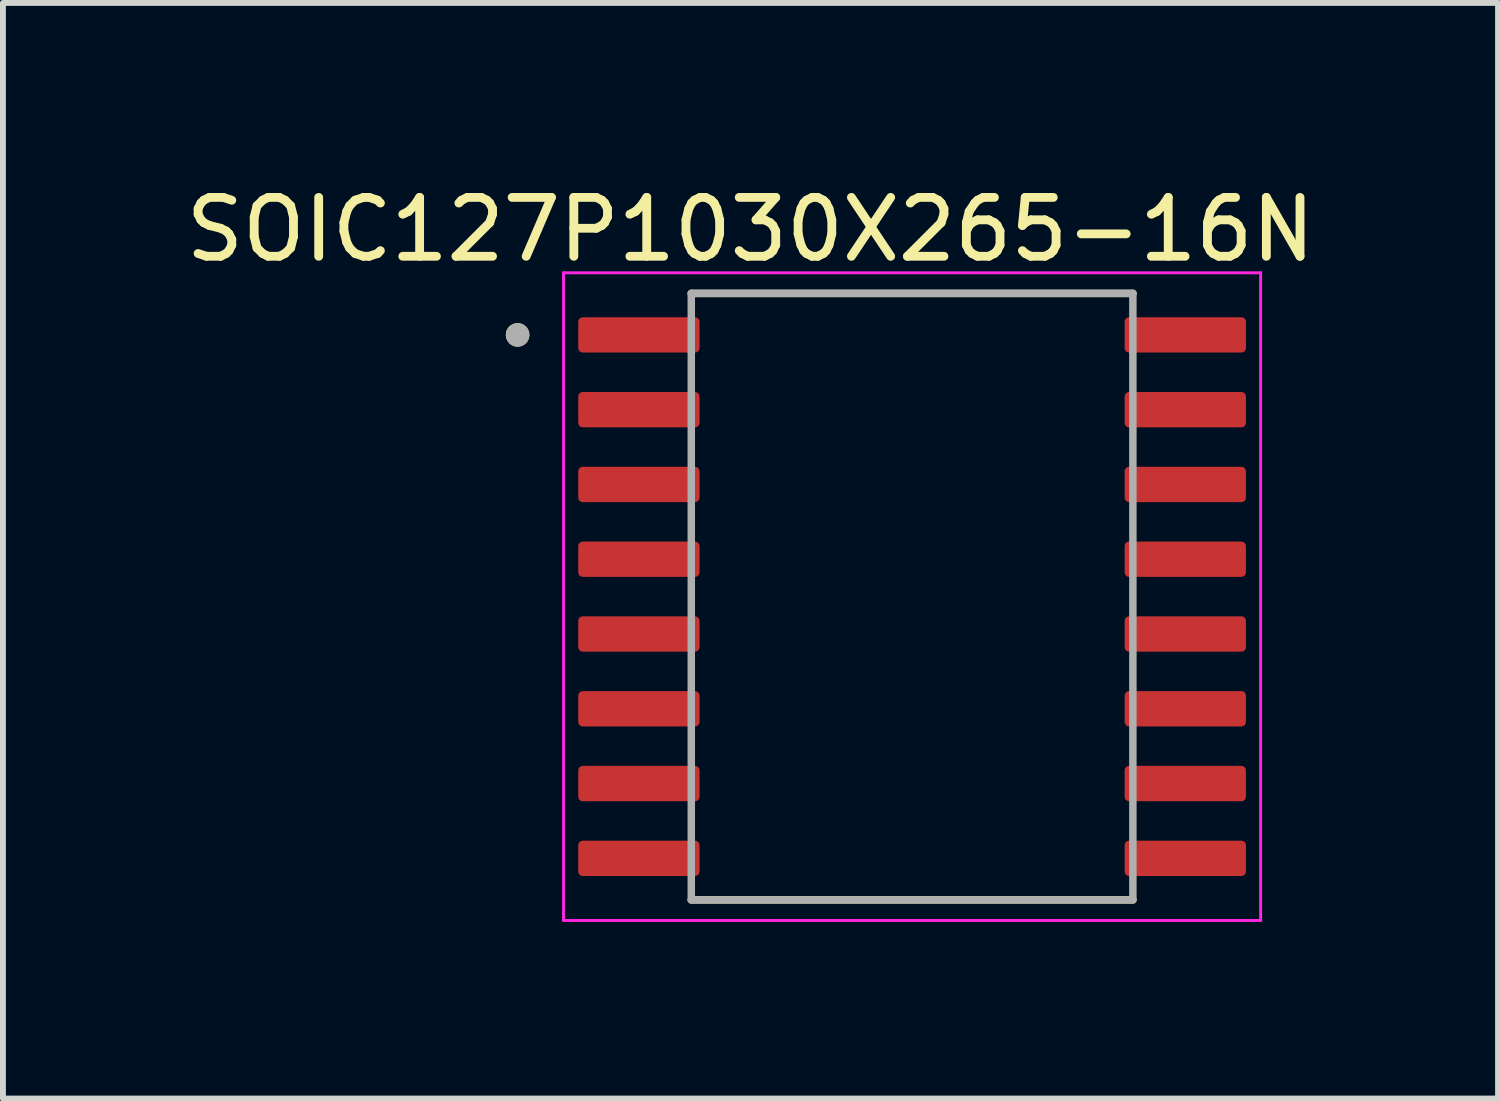
<source format=kicad_pcb>
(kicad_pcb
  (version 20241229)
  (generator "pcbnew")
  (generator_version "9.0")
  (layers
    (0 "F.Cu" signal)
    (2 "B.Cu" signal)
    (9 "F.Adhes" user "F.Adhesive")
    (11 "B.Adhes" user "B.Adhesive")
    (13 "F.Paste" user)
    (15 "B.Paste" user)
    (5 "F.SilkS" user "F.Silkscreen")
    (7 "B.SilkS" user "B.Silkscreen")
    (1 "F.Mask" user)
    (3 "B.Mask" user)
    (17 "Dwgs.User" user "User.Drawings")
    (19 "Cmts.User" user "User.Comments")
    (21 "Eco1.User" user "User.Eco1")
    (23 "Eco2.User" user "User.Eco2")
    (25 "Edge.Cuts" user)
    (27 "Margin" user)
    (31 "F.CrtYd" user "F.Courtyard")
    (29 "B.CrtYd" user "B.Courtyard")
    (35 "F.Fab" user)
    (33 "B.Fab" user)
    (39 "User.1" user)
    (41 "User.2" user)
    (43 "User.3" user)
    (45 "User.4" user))
  (footprint "SOIC127P1030X265-16N"
    (layer "F.Cu")
    (at 12.441 7.083)
    (property "Reference" "SOIC127P1030X265-16N" (at -2.745 -6.235 0) (layer "F.SilkS") (effects (font (size 1 1) (thickness 0.15))))
    (attr smd)
    (fp_line (start -3.75 -5.15) (end 3.75 -5.15) (stroke (width 0.127) (type solid)) (layer "F.SilkS"))
    (fp_line (start -3.75 5.15) (end 3.75 5.15) (stroke (width 0.127) (type solid)) (layer "F.SilkS"))
    (fp_circle (center -6.7 -4.445) (end -6.6 -4.445) (stroke (width 0.2) (type solid)) (fill no) (layer "F.SilkS"))
    (fp_line (start -5.92 -5.5) (end -5.92 5.5) (stroke (width 0.05) (type solid)) (layer "F.CrtYd"))
    (fp_line (start -5.92 -5.5) (end 5.92 -5.5) (stroke (width 0.05) (type solid)) (layer "F.CrtYd"))
    (fp_line (start -5.92 5.5) (end 5.92 5.5) (stroke (width 0.05) (type solid)) (layer "F.CrtYd"))
    (fp_line (start 5.92 -5.5) (end 5.92 5.5) (stroke (width 0.05) (type solid)) (layer "F.CrtYd"))
    (fp_line (start -3.75 -5.15) (end -3.75 5.15) (stroke (width 0.127) (type solid)) (layer "F.Fab"))
    (fp_line (start -3.75 -5.15) (end 3.75 -5.15) (stroke (width 0.127) (type solid)) (layer "F.Fab"))
    (fp_line (start -3.75 5.15) (end 3.75 5.15) (stroke (width 0.127) (type solid)) (layer "F.Fab"))
    (fp_line (start 3.75 -5.15) (end 3.75 5.15) (stroke (width 0.127) (type solid)) (layer "F.Fab"))
    (fp_circle (center -6.7 -4.445) (end -6.6 -4.445) (stroke (width 0.2) (type solid)) (fill no) (layer "F.Fab"))
    (pad "1" smd roundrect (at -4.64 -4.445) (size 2.06 0.6) (layers "F.Cu" "F.Mask" "F.Paste") (roundrect_rratio 0.125))
    (pad "2" smd roundrect (at -4.64 -3.175) (size 2.06 0.6) (layers "F.Cu" "F.Mask" "F.Paste") (roundrect_rratio 0.125))
    (pad "3" smd roundrect (at -4.64 -1.905) (size 2.06 0.6) (layers "F.Cu" "F.Mask" "F.Paste") (roundrect_rratio 0.125))
    (pad "4" smd roundrect (at -4.64 -0.635) (size 2.06 0.6) (layers "F.Cu" "F.Mask" "F.Paste") (roundrect_rratio 0.125))
    (pad "5" smd roundrect (at -4.64 0.635) (size 2.06 0.6) (layers "F.Cu" "F.Mask" "F.Paste") (roundrect_rratio 0.125))
    (pad "6" smd roundrect (at -4.64 1.905) (size 2.06 0.6) (layers "F.Cu" "F.Mask" "F.Paste") (roundrect_rratio 0.125))
    (pad "7" smd roundrect (at -4.64 3.175) (size 2.06 0.6) (layers "F.Cu" "F.Mask" "F.Paste") (roundrect_rratio 0.125))
    (pad "8" smd roundrect (at -4.64 4.445) (size 2.06 0.6) (layers "F.Cu" "F.Mask" "F.Paste") (roundrect_rratio 0.125))
    (pad "9" smd roundrect (at 4.64 4.445) (size 2.06 0.6) (layers "F.Cu" "F.Mask" "F.Paste") (roundrect_rratio 0.125))
    (pad "10" smd roundrect (at 4.64 3.175) (size 2.06 0.6) (layers "F.Cu" "F.Mask" "F.Paste") (roundrect_rratio 0.125))
    (pad "11" smd roundrect (at 4.64 1.905) (size 2.06 0.6) (layers "F.Cu" "F.Mask" "F.Paste") (roundrect_rratio 0.125))
    (pad "12" smd roundrect (at 4.64 0.635) (size 2.06 0.6) (layers "F.Cu" "F.Mask" "F.Paste") (roundrect_rratio 0.125))
    (pad "13" smd roundrect (at 4.64 -0.635) (size 2.06 0.6) (layers "F.Cu" "F.Mask" "F.Paste") (roundrect_rratio 0.125))
    (pad "14" smd roundrect (at 4.64 -1.905) (size 2.06 0.6) (layers "F.Cu" "F.Mask" "F.Paste") (roundrect_rratio 0.125))
    (pad "15" smd roundrect (at 4.64 -3.175) (size 2.06 0.6) (layers "F.Cu" "F.Mask" "F.Paste") (roundrect_rratio 0.125))
    (pad "16" smd roundrect (at 4.64 -4.445) (size 2.06 0.6) (layers "F.Cu" "F.Mask" "F.Paste") (roundrect_rratio 0.125)))
  (gr_rect
    (start -3 -3)
    (end 22.393 15.608)
    (stroke (width 0.1) (type default))
    (fill no)
    (layer "Edge.Cuts")))
</source>
